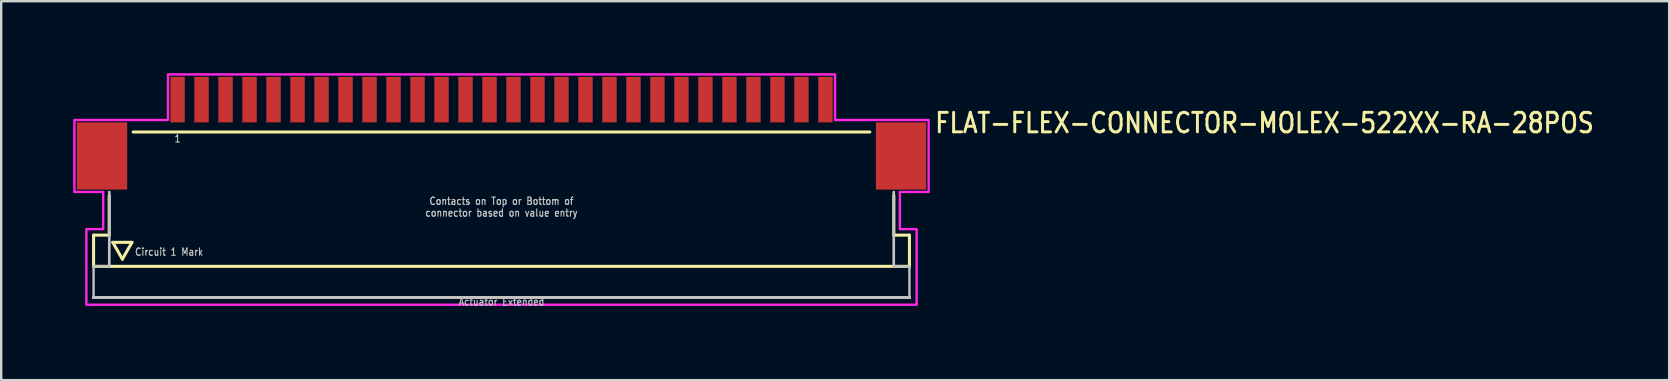
<source format=kicad_pcb>
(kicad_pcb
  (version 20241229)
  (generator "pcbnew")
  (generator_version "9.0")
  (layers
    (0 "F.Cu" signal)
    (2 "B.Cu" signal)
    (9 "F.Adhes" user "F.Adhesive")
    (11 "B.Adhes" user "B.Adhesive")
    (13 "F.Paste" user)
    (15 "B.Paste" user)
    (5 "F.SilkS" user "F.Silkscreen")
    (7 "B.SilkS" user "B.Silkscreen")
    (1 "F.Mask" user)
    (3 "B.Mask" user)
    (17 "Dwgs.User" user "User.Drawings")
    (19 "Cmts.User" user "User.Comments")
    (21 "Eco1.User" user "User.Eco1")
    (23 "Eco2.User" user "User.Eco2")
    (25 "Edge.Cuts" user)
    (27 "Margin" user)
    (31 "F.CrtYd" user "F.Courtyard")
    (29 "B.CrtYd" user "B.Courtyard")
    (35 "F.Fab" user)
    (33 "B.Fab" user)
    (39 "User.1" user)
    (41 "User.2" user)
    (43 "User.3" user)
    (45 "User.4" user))
  (footprint "FLAT-FLEX-CONNECTOR-MOLEX-522XX-RA-28POS"
    (layer "F.Cu")
    (at 17.85 2.05)
    (property "Reference" "FLAT-FLEX-CONNECTOR-MOLEX-522XX-RA-28POS" (at 18 0.5 0) (unlocked yes) (layer "F.SilkS") (effects (font (size 0.813 0.695) (thickness 0.122)) (justify left bottom)))
    (fp_line (start -17 4.7) (end -17 6) (stroke (width 0.127) (type solid)) (layer "F.SilkS"))
    (fp_line (start -17 6) (end 17 6) (stroke (width 0.127) (type solid)) (layer "F.SilkS"))
    (fp_line (start -16.35 3.05) (end -16.35 4.7) (stroke (width 0.127) (type solid)) (layer "F.SilkS"))
    (fp_line (start -16.35 4.7) (end -17 4.7) (stroke (width 0.127) (type solid)) (layer "F.SilkS"))
    (fp_line (start -16.2 5) (end -15.4 5) (stroke (width 0.127) (type solid)) (layer "F.SilkS"))
    (fp_line (start -15.8 5.7) (end -16.2 5) (stroke (width 0.127) (type solid)) (layer "F.SilkS"))
    (fp_line (start -15.4 5) (end -15.8 5.7) (stroke (width 0.127) (type solid)) (layer "F.SilkS"))
    (fp_line (start -15.35 0.4) (end 15.35 0.4) (stroke (width 0.127) (type solid)) (layer "F.SilkS"))
    (fp_line (start 16.35 3.05) (end 16.35 4.7) (stroke (width 0.127) (type solid)) (layer "F.SilkS"))
    (fp_line (start 17 4.7) (end 16.35 4.7) (stroke (width 0.127) (type solid)) (layer "F.SilkS"))
    (fp_line (start 17 6) (end 17 4.7) (stroke (width 0.127) (type solid)) (layer "F.SilkS"))
    (fp_line (start -17 6) (end -17 7.3) (stroke (width 0.1) (type solid)) (layer "Dwgs.User"))
    (fp_line (start -17 7.3) (end 17 7.3) (stroke (width 0.1) (type solid)) (layer "Dwgs.User"))
    (fp_line (start -17 7.3) (end 17 7.3) (stroke (width 0.1) (type solid)) (layer "Dwgs.User"))
    (fp_line (start -17 7.3) (end 17 7.3) (stroke (width 0.1) (type solid)) (layer "Dwgs.User"))
    (fp_line (start -17 7.3) (end 17 7.3) (stroke (width 0.1) (type solid)) (layer "Dwgs.User"))
    (fp_line (start -17 7.3) (end 17 7.3) (stroke (width 0.1) (type solid)) (layer "Dwgs.User"))
    (fp_line (start -17 7.3) (end 17 7.3) (stroke (width 0.1) (type solid)) (layer "Dwgs.User"))
    (fp_line (start -17 7.3) (end 17 7.3) (stroke (width 0.1) (type solid)) (layer "Dwgs.User"))
    (fp_line (start -17 7.3) (end 17 7.3) (stroke (width 0.1) (type solid)) (layer "Dwgs.User"))
    (fp_line (start -17 7.3) (end 17 7.3) (stroke (width 0.1) (type solid)) (layer "Dwgs.User"))
    (fp_line (start -17 7.3) (end 17 7.3) (stroke (width 0.1) (type solid)) (layer "Dwgs.User"))
    (fp_line (start -17 7.3) (end 17 7.3) (stroke (width 0.1) (type solid)) (layer "Dwgs.User"))
    (fp_line (start -17 7.3) (end 17 7.3) (stroke (width 0.1) (type solid)) (layer "Dwgs.User"))
    (fp_line (start -17 7.3) (end 17 7.3) (stroke (width 0.1) (type solid)) (layer "Dwgs.User"))
    (fp_line (start -17 7.3) (end 17 7.3) (stroke (width 0.1) (type solid)) (layer "Dwgs.User"))
    (fp_line (start -17 7.3) (end 17 7.3) (stroke (width 0.1) (type solid)) (layer "Dwgs.User"))
    (fp_line (start -17 7.3) (end 17 7.3) (stroke (width 0.1) (type solid)) (layer "Dwgs.User"))
    (fp_line (start -17 7.3) (end 17 7.3) (stroke (width 0.1) (type solid)) (layer "Dwgs.User"))
    (fp_line (start -16.35 2.9) (end -16.35 6) (stroke (width 0.1) (type solid)) (layer "Dwgs.User"))
    (fp_line (start -16.35 2.9) (end -16.35 6) (stroke (width 0.1) (type solid)) (layer "Dwgs.User"))
    (fp_line (start -16.35 6) (end -17 6) (stroke (width 0.1) (type solid)) (layer "Dwgs.User"))
    (fp_line (start 16.35 2.9) (end 16.35 6) (stroke (width 0.1) (type solid)) (layer "Dwgs.User"))
    (fp_line (start 16.35 2.9) (end 16.35 6) (stroke (width 0.1) (type solid)) (layer "Dwgs.User"))
    (fp_line (start 17 6) (end 16.35 6) (stroke (width 0.1) (type solid)) (layer "Dwgs.User"))
    (fp_line (start 17 7.3) (end 17 6) (stroke (width 0.1) (type solid)) (layer "Dwgs.User"))
    (fp_poly (pts (xy -17.8 2.9) (xy -17.8 -0.1) (xy -13.9 -0.1) (xy -13.9 -2) (xy 13.9 -2) (xy 13.9 -0.1) (xy 17.8 -0.1) (xy 17.8 2.9) (xy 16.6 2.9) (xy 16.6 4.45) (xy 17.3 4.45) (xy 17.3 7.6) (xy -17.3 7.6) (xy -17.3 4.45) (xy -16.6 4.45) (xy -16.6 2.9)) (stroke (width 0.1) (type solid)) (fill no) (layer "F.CrtYd"))
    (fp_text user "1" (at -13.5 0.5 0) (unlocked yes) (layer "Dwgs.User") (effects (font (size 0.305 0.261) (thickness 0.046)) (justify top)))
    (fp_text user "Actuator Extended" (at 0 7.3 0) (unlocked yes) (layer "Dwgs.User") (effects (font (size 0.305 0.261) (thickness 0.046)) (justify top)))
    (fp_text user "Circuit 1 Mark" (at -15.3 5.4 0) (unlocked yes) (layer "Dwgs.User") (effects (font (size 0.305 0.261) (thickness 0.046)) (justify left)))
    (fp_text user "Contacts on Top or Bottom of\nconnector based on value entry" (at 0 3.95 0) (unlocked yes) (layer "Dwgs.User") (effects (font (size 0.305 0.261) (thickness 0.046)) (justify bottom)))
    (pad "1" smd rect (at -13.5 -0.95) (size 0.6 1.9) (layers "F.Cu" "F.Mask" "F.Paste"))
    (pad "2" smd rect (at -12.5 -0.95) (size 0.6 1.9) (layers "F.Cu" "F.Mask" "F.Paste"))
    (pad "3" smd rect (at -11.5 -0.95) (size 0.6 1.9) (layers "F.Cu" "F.Mask" "F.Paste"))
    (pad "4" smd rect (at -10.5 -0.95) (size 0.6 1.9) (layers "F.Cu" "F.Mask" "F.Paste"))
    (pad "5" smd rect (at -9.5 -0.95) (size 0.6 1.9) (layers "F.Cu" "F.Mask" "F.Paste"))
    (pad "6" smd rect (at -8.5 -0.95) (size 0.6 1.9) (layers "F.Cu" "F.Mask" "F.Paste"))
    (pad "7" smd rect (at -7.5 -0.95) (size 0.6 1.9) (layers "F.Cu" "F.Mask" "F.Paste"))
    (pad "8" smd rect (at -6.5 -0.95) (size 0.6 1.9) (layers "F.Cu" "F.Mask" "F.Paste"))
    (pad "9" smd rect (at -5.5 -0.95) (size 0.6 1.9) (layers "F.Cu" "F.Mask" "F.Paste"))
    (pad "10" smd rect (at -4.5 -0.95) (size 0.6 1.9) (layers "F.Cu" "F.Mask" "F.Paste"))
    (pad "11" smd rect (at -3.5 -0.95) (size 0.6 1.9) (layers "F.Cu" "F.Mask" "F.Paste"))
    (pad "12" smd rect (at -2.5 -0.95) (size 0.6 1.9) (layers "F.Cu" "F.Mask" "F.Paste"))
    (pad "13" smd rect (at -1.5 -0.95) (size 0.6 1.9) (layers "F.Cu" "F.Mask" "F.Paste"))
    (pad "14" smd rect (at -0.5 -0.95) (size 0.6 1.9) (layers "F.Cu" "F.Mask" "F.Paste"))
    (pad "15" smd rect (at 0.5 -0.95) (size 0.6 1.9) (layers "F.Cu" "F.Mask" "F.Paste"))
    (pad "16" smd rect (at 1.5 -0.95) (size 0.6 1.9) (layers "F.Cu" "F.Mask" "F.Paste"))
    (pad "17" smd rect (at 2.5 -0.95) (size 0.6 1.9) (layers "F.Cu" "F.Mask" "F.Paste"))
    (pad "18" smd rect (at 3.5 -0.95) (size 0.6 1.9) (layers "F.Cu" "F.Mask" "F.Paste"))
    (pad "19" smd rect (at 4.5 -0.95) (size 0.6 1.9) (layers "F.Cu" "F.Mask" "F.Paste"))
    (pad "20" smd rect (at 5.5 -0.95) (size 0.6 1.9) (layers "F.Cu" "F.Mask" "F.Paste"))
    (pad "21" smd rect (at 6.5 -0.95) (size 0.6 1.9) (layers "F.Cu" "F.Mask" "F.Paste"))
    (pad "22" smd rect (at 7.5 -0.95) (size 0.6 1.9) (layers "F.Cu" "F.Mask" "F.Paste"))
    (pad "23" smd rect (at 8.5 -0.95) (size 0.6 1.9) (layers "F.Cu" "F.Mask" "F.Paste"))
    (pad "24" smd rect (at 9.5 -0.95) (size 0.6 1.9) (layers "F.Cu" "F.Mask" "F.Paste"))
    (pad "25" smd rect (at 10.5 -0.95) (size 0.6 1.9) (layers "F.Cu" "F.Mask" "F.Paste"))
    (pad "26" smd rect (at 11.5 -0.95) (size 0.6 1.9) (layers "F.Cu" "F.Mask" "F.Paste"))
    (pad "27" smd rect (at 12.5 -0.95) (size 0.6 1.9) (layers "F.Cu" "F.Mask" "F.Paste"))
    (pad "28" smd rect (at 13.5 -0.95) (size 0.6 1.9) (layers "F.Cu" "F.Mask" "F.Paste"))
    (pad "M1" smd rect (at -16.65 1.4) (size 2.1 2.8) (layers "F.Cu" "F.Mask" "F.Paste"))
    (pad "M2" smd rect (at 16.65 1.4) (size 2.1 2.8) (layers "F.Cu" "F.Mask" "F.Paste")))
  (gr_rect
    (start -3 -3)
    (end 66.511 12.792)
    (stroke (width 0.1) (type default))
    (fill no)
    (layer "Edge.Cuts")))
</source>
